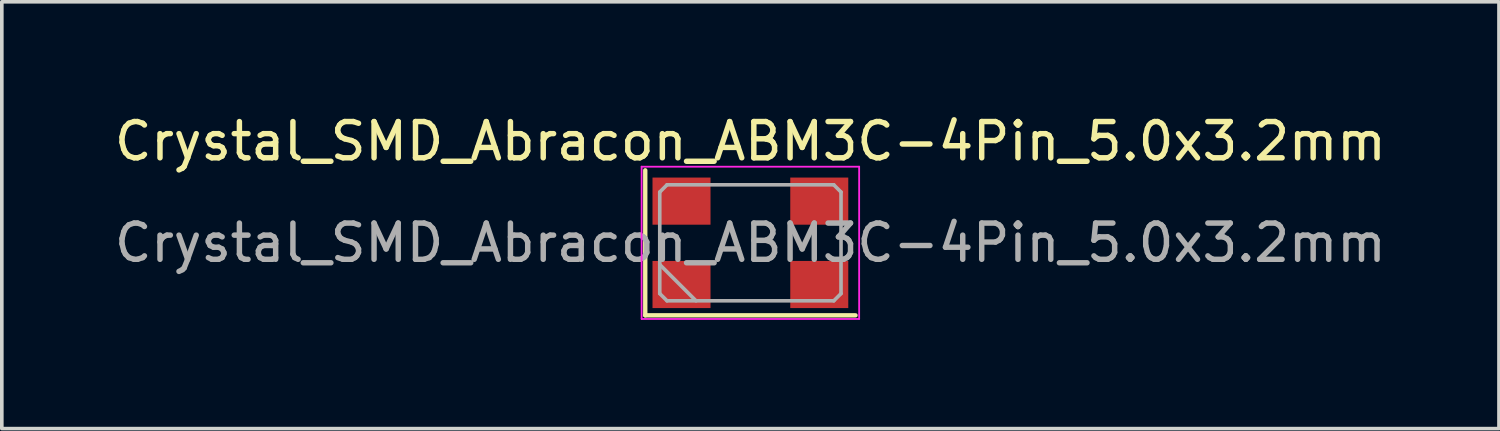
<source format=kicad_pcb>
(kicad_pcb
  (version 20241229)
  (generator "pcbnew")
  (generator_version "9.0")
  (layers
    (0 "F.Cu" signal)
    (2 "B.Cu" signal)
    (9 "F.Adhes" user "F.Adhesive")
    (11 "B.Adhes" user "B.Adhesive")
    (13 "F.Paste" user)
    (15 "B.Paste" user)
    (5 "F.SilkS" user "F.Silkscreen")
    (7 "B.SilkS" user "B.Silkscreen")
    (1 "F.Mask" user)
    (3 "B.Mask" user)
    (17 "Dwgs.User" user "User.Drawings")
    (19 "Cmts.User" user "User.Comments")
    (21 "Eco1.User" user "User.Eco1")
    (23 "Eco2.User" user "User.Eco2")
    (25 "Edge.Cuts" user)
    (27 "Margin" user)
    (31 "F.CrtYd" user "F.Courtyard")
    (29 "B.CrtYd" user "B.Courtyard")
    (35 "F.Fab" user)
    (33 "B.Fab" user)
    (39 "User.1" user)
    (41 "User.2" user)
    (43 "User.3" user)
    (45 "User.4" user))
  (footprint "Crystal_SMD_Abracon_ABM3C-4Pin_5.0x3.2mm"
    (layer "F.Cu")
    (at 17.649 3.648)
    (property "Reference" "Crystal_SMD_Abracon_ABM3C-4Pin_5.0x3.2mm" (at 0 -2.8 180) (layer "F.SilkS") (effects (font (size 1 1) (thickness 0.15))))
    (attr smd)
    (fp_line (start -2.9 -2) (end -2.9 2) (stroke (width 0.12) (type solid)) (layer "F.SilkS"))
    (fp_line (start -2.9 2) (end 2.9 2) (stroke (width 0.12) (type solid)) (layer "F.SilkS"))
    (fp_line (start -3 -2.1) (end -3 2.1) (stroke (width 0.05) (type solid)) (layer "F.CrtYd"))
    (fp_line (start -3 2.1) (end 3 2.1) (stroke (width 0.05) (type solid)) (layer "F.CrtYd"))
    (fp_line (start 3 -2.1) (end -3 -2.1) (stroke (width 0.05) (type solid)) (layer "F.CrtYd"))
    (fp_line (start 3 2.1) (end 3 -2.1) (stroke (width 0.05) (type solid)) (layer "F.CrtYd"))
    (fp_line (start -2.5 -1.4) (end -2.3 -1.6) (stroke (width 0.1) (type solid)) (layer "F.Fab"))
    (fp_line (start -2.5 0.6) (end -1.5 1.6) (stroke (width 0.1) (type solid)) (layer "F.Fab"))
    (fp_line (start -2.5 1.4) (end -2.5 -1.4) (stroke (width 0.1) (type solid)) (layer "F.Fab"))
    (fp_line (start -2.3 -1.6) (end 2.3 -1.6) (stroke (width 0.1) (type solid)) (layer "F.Fab"))
    (fp_line (start -2.3 1.6) (end -2.5 1.4) (stroke (width 0.1) (type solid)) (layer "F.Fab"))
    (fp_line (start 2.3 -1.6) (end 2.5 -1.4) (stroke (width 0.1) (type solid)) (layer "F.Fab"))
    (fp_line (start 2.3 1.6) (end -2.3 1.6) (stroke (width 0.1) (type solid)) (layer "F.Fab"))
    (fp_line (start 2.5 -1.4) (end 2.5 1.4) (stroke (width 0.1) (type solid)) (layer "F.Fab"))
    (fp_line (start 2.5 1.4) (end 2.3 1.6) (stroke (width 0.1) (type solid)) (layer "F.Fab"))
    (fp_text user "${REFERENCE}" (at 0 0 180) (layer "F.Fab") (effects (font (size 1 1) (thickness 0.15))))
    (pad "1" smd rect (at -1.9 1.15) (size 1.6 1.3) (layers "F.Cu" "F.Mask" "F.Paste"))
    (pad "2" smd rect (at 1.9 1.15) (size 1.6 1.3) (layers "F.Cu" "F.Mask" "F.Paste"))
    (pad "3" smd rect (at 1.9 -1.15) (size 1.6 1.3) (layers "F.Cu" "F.Mask" "F.Paste"))
    (pad "4" smd rect (at -1.9 -1.15) (size 1.6 1.3) (layers "F.Cu" "F.Mask" "F.Paste")))
  (gr_rect
    (start -3 -3)
    (end 38.298 8.773)
    (stroke (width 0.1) (type default))
    (fill no)
    (layer "Edge.Cuts")))
</source>
